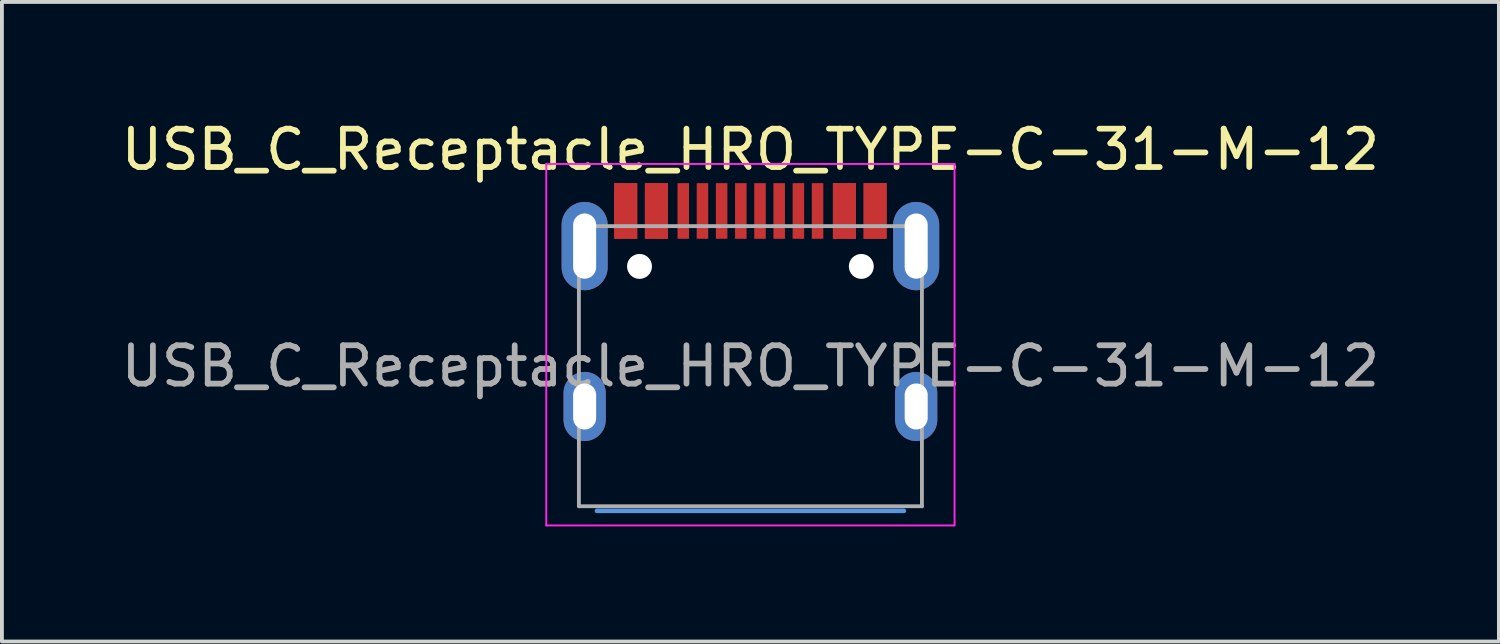
<source format=kicad_pcb>
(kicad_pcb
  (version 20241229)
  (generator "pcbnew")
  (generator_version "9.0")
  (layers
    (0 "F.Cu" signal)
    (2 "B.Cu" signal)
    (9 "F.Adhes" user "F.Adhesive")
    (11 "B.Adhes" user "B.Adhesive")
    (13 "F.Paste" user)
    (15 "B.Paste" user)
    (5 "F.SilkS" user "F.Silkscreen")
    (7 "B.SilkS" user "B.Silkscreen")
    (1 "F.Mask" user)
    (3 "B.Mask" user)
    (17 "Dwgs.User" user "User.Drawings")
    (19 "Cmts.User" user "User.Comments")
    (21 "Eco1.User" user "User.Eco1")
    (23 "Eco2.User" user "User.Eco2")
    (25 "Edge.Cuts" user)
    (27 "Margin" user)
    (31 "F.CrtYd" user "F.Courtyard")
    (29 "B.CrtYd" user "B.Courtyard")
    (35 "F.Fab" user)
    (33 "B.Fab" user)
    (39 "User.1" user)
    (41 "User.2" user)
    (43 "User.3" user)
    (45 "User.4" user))
  (footprint "USB_C_Receptacle_HRO_TYPE-C-31-M-12"
    (layer "F.Cu")
    (at 16.506 6.493)
    (property "Reference" "USB_C_Receptacle_HRO_TYPE-C-31-M-12" (at 0 -5.645 180) (layer "F.SilkS") (effects (font (size 1 1) (thickness 0.15))))
    (attr smd)
    (fp_line (start -4 3.77) (end 4 3.77) (stroke (width 0.12) (type solid)) (layer "Cmts.User"))
    (fp_line (start -5.32 -5.27) (end -5.32 4.15) (stroke (width 0.05) (type solid)) (layer "F.CrtYd"))
    (fp_line (start -5.32 -5.27) (end 5.32 -5.27) (stroke (width 0.05) (type solid)) (layer "F.CrtYd"))
    (fp_line (start -5.32 4.15) (end 5.32 4.15) (stroke (width 0.05) (type solid)) (layer "F.CrtYd"))
    (fp_line (start 5.32 -5.27) (end 5.32 4.15) (stroke (width 0.05) (type solid)) (layer "F.CrtYd"))
    (fp_line (start -4.47 -3.65) (end -4.47 3.65) (stroke (width 0.1) (type solid)) (layer "F.Fab"))
    (fp_line (start -4.47 -3.65) (end 4.47 -3.65) (stroke (width 0.1) (type solid)) (layer "F.Fab"))
    (fp_line (start -4.47 3.65) (end 4.47 3.65) (stroke (width 0.1) (type solid)) (layer "F.Fab"))
    (fp_line (start 4.47 -3.65) (end 4.47 3.65) (stroke (width 0.1) (type solid)) (layer "F.Fab"))
    (fp_text user "${REFERENCE}" (at 0 0 180) (layer "F.Fab") (effects (font (size 1 1) (thickness 0.15))))
    (pad "" np_thru_hole circle (at -2.89 -2.6) (size 0.65 0.65) (drill 0.65) (layers "*.Cu" "*.Mask"))
    (pad "" np_thru_hole circle (at 2.89 -2.6) (size 0.65 0.65) (drill 0.65) (layers "*.Cu" "*.Mask"))
    (pad "A1" smd rect (at -3.25 -4.045) (size 0.6 1.45) (layers "F.Cu" "F.Mask" "F.Paste"))
    (pad "A4" smd rect (at -2.45 -4.045) (size 0.6 1.45) (layers "F.Cu" "F.Mask" "F.Paste"))
    (pad "A5" smd rect (at -1.25 -4.045) (size 0.3 1.45) (layers "F.Cu" "F.Mask" "F.Paste"))
    (pad "A6" smd rect (at -0.25 -4.045) (size 0.3 1.45) (layers "F.Cu" "F.Mask" "F.Paste"))
    (pad "A7" smd rect (at 0.25 -4.045) (size 0.3 1.45) (layers "F.Cu" "F.Mask" "F.Paste"))
    (pad "A8" smd rect (at 1.25 -4.045) (size 0.3 1.45) (layers "F.Cu" "F.Mask" "F.Paste"))
    (pad "A9" smd rect (at 2.45 -4.045) (size 0.6 1.45) (layers "F.Cu" "F.Mask" "F.Paste"))
    (pad "A12" smd rect (at 3.25 -4.045) (size 0.6 1.45) (layers "F.Cu" "F.Mask" "F.Paste"))
    (pad "B1" smd rect (at 3.25 -4.045) (size 0.6 1.45) (layers "F.Cu" "F.Mask" "F.Paste"))
    (pad "B4" smd rect (at 2.45 -4.045) (size 0.6 1.45) (layers "F.Cu" "F.Mask" "F.Paste"))
    (pad "B5" smd rect (at 1.75 -4.045) (size 0.3 1.45) (layers "F.Cu" "F.Mask" "F.Paste"))
    (pad "B6" smd rect (at 0.75 -4.045) (size 0.3 1.45) (layers "F.Cu" "F.Mask" "F.Paste"))
    (pad "B7" smd rect (at -0.75 -4.045) (size 0.3 1.45) (layers "F.Cu" "F.Mask" "F.Paste"))
    (pad "B8" smd rect (at -1.75 -4.045) (size 0.3 1.45) (layers "F.Cu" "F.Mask" "F.Paste"))
    (pad "B9" smd rect (at -2.45 -4.045) (size 0.6 1.45) (layers "F.Cu" "F.Mask" "F.Paste"))
    (pad "B12" smd rect (at -3.25 -4.045) (size 0.6 1.45) (layers "F.Cu" "F.Mask" "F.Paste"))
    (pad "S1" thru_hole oval (at -4.32 -3.13) (size 1.2 2.3) (drill oval 0.6 1.7) (layers "*.Cu" "*.Mask" "F.Paste"))
    (pad "S1" thru_hole oval (at -4.32 1.05) (size 1.1 1.8) (drill oval 0.6 1.2) (layers "*.Cu" "*.Mask" "F.Paste"))
    (pad "S1" thru_hole oval (at 4.32 -3.13) (size 1.2 2.3) (drill oval 0.6 1.7) (layers "*.Cu" "*.Mask" "F.Paste"))
    (pad "S1" thru_hole oval (at 4.32 1.05) (size 1.1 1.8) (drill oval 0.6 1.2) (layers "*.Cu" "*.Mask" "F.Paste")))
  (gr_rect
    (start -3 -3)
    (end 36.012 13.668)
    (stroke (width 0.1) (type default))
    (fill no)
    (layer "Edge.Cuts")))
</source>
